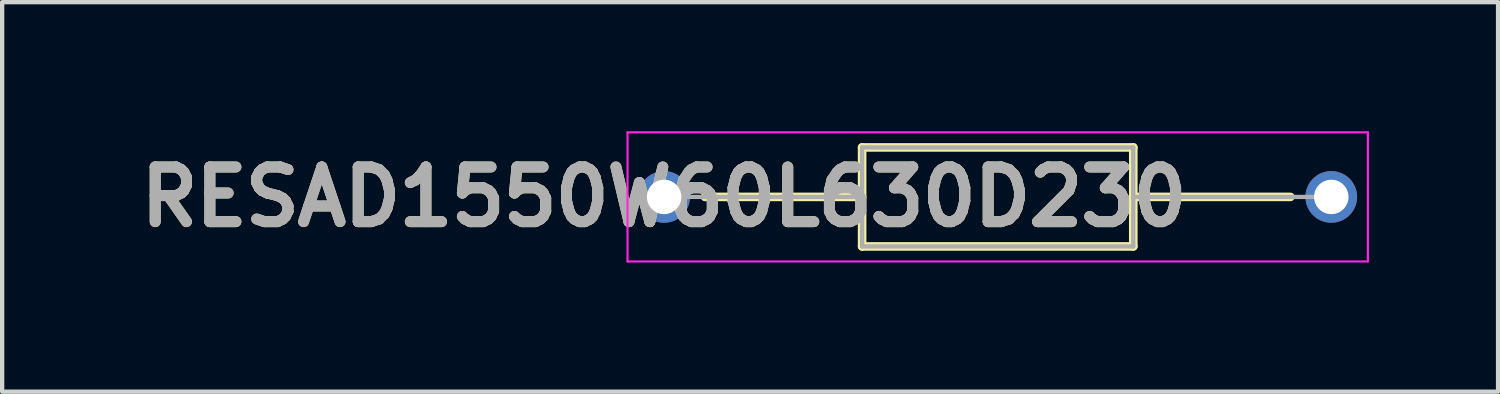
<source format=kicad_pcb>
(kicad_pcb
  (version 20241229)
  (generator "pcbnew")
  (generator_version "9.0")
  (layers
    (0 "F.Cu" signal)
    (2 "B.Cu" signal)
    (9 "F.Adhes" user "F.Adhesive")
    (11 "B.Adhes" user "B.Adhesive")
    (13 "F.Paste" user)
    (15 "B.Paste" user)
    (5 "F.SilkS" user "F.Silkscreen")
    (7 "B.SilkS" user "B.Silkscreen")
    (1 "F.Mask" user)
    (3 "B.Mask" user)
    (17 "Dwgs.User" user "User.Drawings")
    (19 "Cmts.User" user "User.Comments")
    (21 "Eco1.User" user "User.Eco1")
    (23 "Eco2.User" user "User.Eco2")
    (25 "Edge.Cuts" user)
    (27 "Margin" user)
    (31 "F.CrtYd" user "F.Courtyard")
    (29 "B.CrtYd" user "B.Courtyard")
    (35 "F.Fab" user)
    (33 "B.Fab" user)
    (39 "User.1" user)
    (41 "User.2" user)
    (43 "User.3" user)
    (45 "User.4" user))
  (footprint "RESAD1550W60L630D230"
    (layer "F.Cu")
    (at 12.379 1.525)
    (property "Reference" "RESAD1550W60L630D230" (at 0 0 0) (layer "F.SilkS") (effects (font (size 1.27 1.27) (thickness 0.254))))
    (attr through_hole)
    (fp_line (start 0.95 0) (end 4.6 0) (stroke (width 0.2) (type solid)) (layer "F.SilkS"))
    (fp_line (start 4.6 -1.15) (end 10.9 -1.15) (stroke (width 0.2) (type solid)) (layer "F.SilkS"))
    (fp_line (start 4.6 1.15) (end 4.6 -1.15) (stroke (width 0.2) (type solid)) (layer "F.SilkS"))
    (fp_line (start 10.9 -1.15) (end 10.9 1.15) (stroke (width 0.2) (type solid)) (layer "F.SilkS"))
    (fp_line (start 10.9 0) (end 14.55 0) (stroke (width 0.2) (type solid)) (layer "F.SilkS"))
    (fp_line (start 10.9 1.15) (end 4.6 1.15) (stroke (width 0.2) (type solid)) (layer "F.SilkS"))
    (fp_line (start -0.85 -1.5) (end 16.35 -1.5) (stroke (width 0.05) (type solid)) (layer "F.CrtYd"))
    (fp_line (start -0.85 1.5) (end -0.85 -1.5) (stroke (width 0.05) (type solid)) (layer "F.CrtYd"))
    (fp_line (start 16.35 -1.5) (end 16.35 1.5) (stroke (width 0.05) (type solid)) (layer "F.CrtYd"))
    (fp_line (start 16.35 1.5) (end -0.85 1.5) (stroke (width 0.05) (type solid)) (layer "F.CrtYd"))
    (fp_line (start 0 0) (end 4.6 0) (stroke (width 0.1) (type solid)) (layer "F.Fab"))
    (fp_line (start 4.6 -1.15) (end 10.9 -1.15) (stroke (width 0.1) (type solid)) (layer "F.Fab"))
    (fp_line (start 4.6 1.15) (end 4.6 -1.15) (stroke (width 0.1) (type solid)) (layer "F.Fab"))
    (fp_line (start 10.9 -1.15) (end 10.9 1.15) (stroke (width 0.1) (type solid)) (layer "F.Fab"))
    (fp_line (start 10.9 0) (end 15.5 0) (stroke (width 0.1) (type solid)) (layer "F.Fab"))
    (fp_line (start 10.9 1.15) (end 4.6 1.15) (stroke (width 0.1) (type solid)) (layer "F.Fab"))
    (fp_text user "${REFERENCE}" (at 0 0 0) (layer "F.Fab") (effects (font (size 1.27 1.27) (thickness 0.254))))
    (pad "1" thru_hole circle (at 0 0) (size 1.2 1.2) (drill 0.8) (layers "*.Cu" "*.Mask"))
    (pad "2" thru_hole circle (at 15.5 0) (size 1.2 1.2) (drill 0.8) (layers "*.Cu" "*.Mask")))
  (gr_rect
    (start -3 -3)
    (end 31.754 6.05)
    (stroke (width 0.1) (type default))
    (fill no)
    (layer "Edge.Cuts")))
</source>
